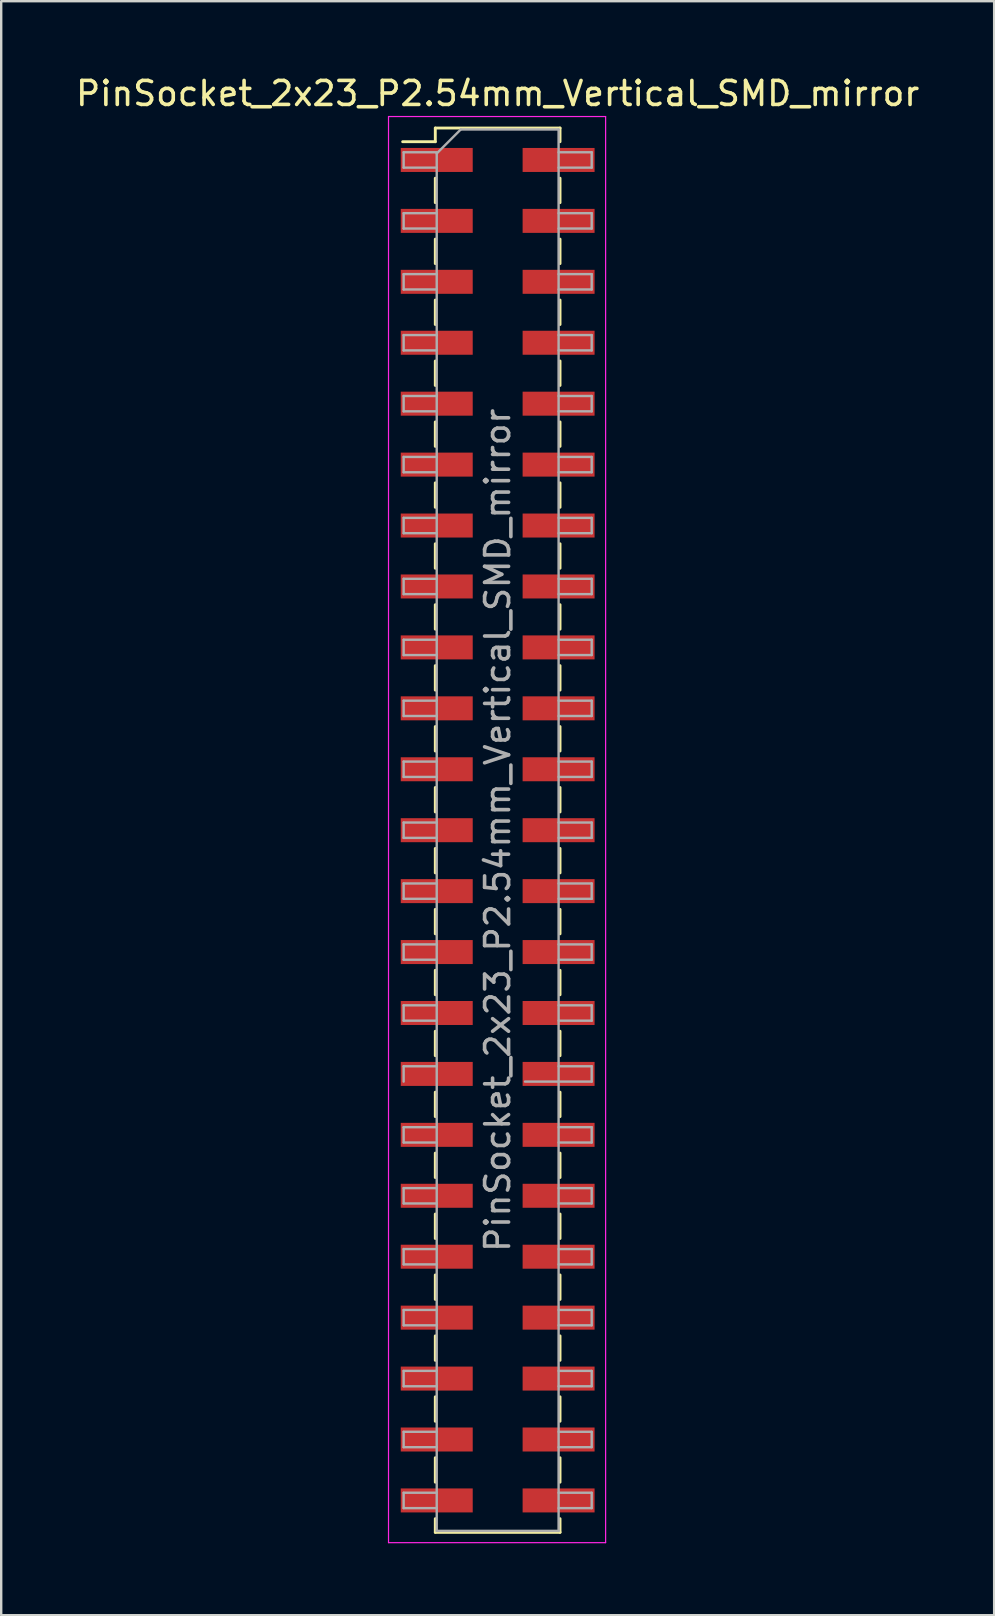
<source format=kicad_pcb>
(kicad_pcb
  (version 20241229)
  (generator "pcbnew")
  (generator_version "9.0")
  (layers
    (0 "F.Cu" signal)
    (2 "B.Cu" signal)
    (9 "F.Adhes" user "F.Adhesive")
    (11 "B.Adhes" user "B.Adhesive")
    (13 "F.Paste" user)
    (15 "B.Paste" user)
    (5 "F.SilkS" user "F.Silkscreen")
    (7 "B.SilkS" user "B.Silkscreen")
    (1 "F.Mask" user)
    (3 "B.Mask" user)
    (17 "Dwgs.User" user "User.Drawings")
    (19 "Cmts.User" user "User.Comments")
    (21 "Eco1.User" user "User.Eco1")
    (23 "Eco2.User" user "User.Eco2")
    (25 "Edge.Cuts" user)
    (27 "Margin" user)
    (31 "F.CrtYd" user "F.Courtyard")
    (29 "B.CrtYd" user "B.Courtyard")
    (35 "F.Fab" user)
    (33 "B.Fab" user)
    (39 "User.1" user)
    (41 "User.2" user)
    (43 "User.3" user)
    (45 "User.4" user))
  (footprint "PinSocket_2x23_P2.54mm_Vertical_SMD_mirror"
    (layer "F.Cu")
    (at 17.696 31.558)
    (property "Reference" "PinSocket_2x23_P2.54mm_Vertical_SMD_mirror" (at 0 -30.71 0) (layer "F.SilkS") (effects (font (size 1 1) (thickness 0.15))))
    (attr smd)
    (fp_line (start -2.6 -29.27) (end -2.6 -28.7) (stroke (width 0.12) (type solid)) (layer "F.SilkS"))
    (fp_line (start -2.6 -29.27) (end 2.6 -29.27) (stroke (width 0.12) (type solid)) (layer "F.SilkS"))
    (fp_line (start -2.6 -28.7) (end -3.96 -28.7) (stroke (width 0.12) (type solid)) (layer "F.SilkS"))
    (fp_line (start -2.6 -27.18) (end -2.6 -26.16) (stroke (width 0.12) (type solid)) (layer "F.SilkS"))
    (fp_line (start -2.6 -24.64) (end -2.6 -23.62) (stroke (width 0.12) (type solid)) (layer "F.SilkS"))
    (fp_line (start -2.6 -22.1) (end -2.6 -21.08) (stroke (width 0.12) (type solid)) (layer "F.SilkS"))
    (fp_line (start -2.6 -19.56) (end -2.6 -18.54) (stroke (width 0.12) (type solid)) (layer "F.SilkS"))
    (fp_line (start -2.6 -17.02) (end -2.6 -16) (stroke (width 0.12) (type solid)) (layer "F.SilkS"))
    (fp_line (start -2.6 -14.48) (end -2.6 -13.46) (stroke (width 0.12) (type solid)) (layer "F.SilkS"))
    (fp_line (start -2.6 -11.94) (end -2.6 -10.92) (stroke (width 0.12) (type solid)) (layer "F.SilkS"))
    (fp_line (start -2.6 -9.4) (end -2.6 -8.38) (stroke (width 0.12) (type solid)) (layer "F.SilkS"))
    (fp_line (start -2.6 -6.86) (end -2.6 -5.84) (stroke (width 0.12) (type solid)) (layer "F.SilkS"))
    (fp_line (start -2.6 -4.32) (end -2.6 -3.3) (stroke (width 0.12) (type solid)) (layer "F.SilkS"))
    (fp_line (start -2.6 -1.78) (end -2.6 -0.76) (stroke (width 0.12) (type solid)) (layer "F.SilkS"))
    (fp_line (start -2.6 0.76) (end -2.6 1.78) (stroke (width 0.12) (type solid)) (layer "F.SilkS"))
    (fp_line (start -2.6 3.3) (end -2.6 4.32) (stroke (width 0.12) (type solid)) (layer "F.SilkS"))
    (fp_line (start -2.6 5.84) (end -2.6 6.86) (stroke (width 0.12) (type solid)) (layer "F.SilkS"))
    (fp_line (start -2.6 8.38) (end -2.6 9.4) (stroke (width 0.12) (type solid)) (layer "F.SilkS"))
    (fp_line (start -2.6 10.92) (end -2.6 11.94) (stroke (width 0.12) (type solid)) (layer "F.SilkS"))
    (fp_line (start -2.6 13.46) (end -2.6 14.48) (stroke (width 0.12) (type solid)) (layer "F.SilkS"))
    (fp_line (start -2.6 16) (end -2.6 17.02) (stroke (width 0.12) (type solid)) (layer "F.SilkS"))
    (fp_line (start -2.6 18.54) (end -2.6 19.56) (stroke (width 0.12) (type solid)) (layer "F.SilkS"))
    (fp_line (start -2.6 21.08) (end -2.6 22.1) (stroke (width 0.12) (type solid)) (layer "F.SilkS"))
    (fp_line (start -2.6 23.62) (end -2.6 24.64) (stroke (width 0.12) (type solid)) (layer "F.SilkS"))
    (fp_line (start -2.6 26.16) (end -2.6 27.18) (stroke (width 0.12) (type solid)) (layer "F.SilkS"))
    (fp_line (start -2.6 28.7) (end -2.6 29.27) (stroke (width 0.12) (type solid)) (layer "F.SilkS"))
    (fp_line (start -2.6 29.27) (end 2.6 29.27) (stroke (width 0.12) (type solid)) (layer "F.SilkS"))
    (fp_line (start 2.6 -29.27) (end 2.6 -28.7) (stroke (width 0.12) (type solid)) (layer "F.SilkS"))
    (fp_line (start 2.6 -27.18) (end 2.6 -26.16) (stroke (width 0.12) (type solid)) (layer "F.SilkS"))
    (fp_line (start 2.6 -24.64) (end 2.6 -23.62) (stroke (width 0.12) (type solid)) (layer "F.SilkS"))
    (fp_line (start 2.6 -22.1) (end 2.6 -21.08) (stroke (width 0.12) (type solid)) (layer "F.SilkS"))
    (fp_line (start 2.6 -19.56) (end 2.6 -18.54) (stroke (width 0.12) (type solid)) (layer "F.SilkS"))
    (fp_line (start 2.6 -17.02) (end 2.6 -16) (stroke (width 0.12) (type solid)) (layer "F.SilkS"))
    (fp_line (start 2.6 -14.48) (end 2.6 -13.46) (stroke (width 0.12) (type solid)) (layer "F.SilkS"))
    (fp_line (start 2.6 -11.94) (end 2.6 -10.92) (stroke (width 0.12) (type solid)) (layer "F.SilkS"))
    (fp_line (start 2.6 -9.4) (end 2.6 -8.38) (stroke (width 0.12) (type solid)) (layer "F.SilkS"))
    (fp_line (start 2.6 -6.86) (end 2.6 -5.84) (stroke (width 0.12) (type solid)) (layer "F.SilkS"))
    (fp_line (start 2.6 -4.32) (end 2.6 -3.3) (stroke (width 0.12) (type solid)) (layer "F.SilkS"))
    (fp_line (start 2.6 -1.78) (end 2.6 -0.76) (stroke (width 0.12) (type solid)) (layer "F.SilkS"))
    (fp_line (start 2.6 0.76) (end 2.6 1.78) (stroke (width 0.12) (type solid)) (layer "F.SilkS"))
    (fp_line (start 2.6 3.3) (end 2.6 4.32) (stroke (width 0.12) (type solid)) (layer "F.SilkS"))
    (fp_line (start 2.6 5.84) (end 2.6 6.86) (stroke (width 0.12) (type solid)) (layer "F.SilkS"))
    (fp_line (start 2.6 8.38) (end 2.6 9.4) (stroke (width 0.12) (type solid)) (layer "F.SilkS"))
    (fp_line (start 2.6 10.92) (end 2.6 11.94) (stroke (width 0.12) (type solid)) (layer "F.SilkS"))
    (fp_line (start 2.6 13.46) (end 2.6 14.48) (stroke (width 0.12) (type solid)) (layer "F.SilkS"))
    (fp_line (start 2.6 16) (end 2.6 17.02) (stroke (width 0.12) (type solid)) (layer "F.SilkS"))
    (fp_line (start 2.6 18.54) (end 2.6 19.56) (stroke (width 0.12) (type solid)) (layer "F.SilkS"))
    (fp_line (start 2.6 21.08) (end 2.6 22.1) (stroke (width 0.12) (type solid)) (layer "F.SilkS"))
    (fp_line (start 2.6 23.62) (end 2.6 24.64) (stroke (width 0.12) (type solid)) (layer "F.SilkS"))
    (fp_line (start 2.6 26.16) (end 2.6 27.18) (stroke (width 0.12) (type solid)) (layer "F.SilkS"))
    (fp_line (start 2.6 28.7) (end 2.6 29.27) (stroke (width 0.12) (type solid)) (layer "F.SilkS"))
    (fp_line (start -4.55 -29.75) (end 4.5 -29.75) (stroke (width 0.05) (type solid)) (layer "F.CrtYd"))
    (fp_line (start -4.55 29.7) (end -4.55 -29.75) (stroke (width 0.05) (type solid)) (layer "F.CrtYd"))
    (fp_line (start 4.5 -29.75) (end 4.5 29.7) (stroke (width 0.05) (type solid)) (layer "F.CrtYd"))
    (fp_line (start 4.5 29.7) (end -4.55 29.7) (stroke (width 0.05) (type solid)) (layer "F.CrtYd"))
    (fp_line (start -3.92 -28.26) (end -2.54 -28.26) (stroke (width 0.1) (type solid)) (layer "F.Fab"))
    (fp_line (start -3.92 -27.62) (end -3.92 -28.26) (stroke (width 0.1) (type solid)) (layer "F.Fab"))
    (fp_line (start -3.92 -25.72) (end -2.54 -25.72) (stroke (width 0.1) (type solid)) (layer "F.Fab"))
    (fp_line (start -3.92 -25.08) (end -3.92 -25.72) (stroke (width 0.1) (type solid)) (layer "F.Fab"))
    (fp_line (start -3.92 -23.18) (end -2.54 -23.18) (stroke (width 0.1) (type solid)) (layer "F.Fab"))
    (fp_line (start -3.92 -22.54) (end -3.92 -23.18) (stroke (width 0.1) (type solid)) (layer "F.Fab"))
    (fp_line (start -3.92 -20.64) (end -2.54 -20.64) (stroke (width 0.1) (type solid)) (layer "F.Fab"))
    (fp_line (start -3.92 -20) (end -3.92 -20.64) (stroke (width 0.1) (type solid)) (layer "F.Fab"))
    (fp_line (start -3.92 -18.1) (end -2.54 -18.1) (stroke (width 0.1) (type solid)) (layer "F.Fab"))
    (fp_line (start -3.92 -17.46) (end -3.92 -18.1) (stroke (width 0.1) (type solid)) (layer "F.Fab"))
    (fp_line (start -3.92 -15.56) (end -2.54 -15.56) (stroke (width 0.1) (type solid)) (layer "F.Fab"))
    (fp_line (start -3.92 -14.92) (end -3.92 -15.56) (stroke (width 0.1) (type solid)) (layer "F.Fab"))
    (fp_line (start -3.92 -13.02) (end -2.54 -13.02) (stroke (width 0.1) (type solid)) (layer "F.Fab"))
    (fp_line (start -3.92 -12.38) (end -3.92 -13.02) (stroke (width 0.1) (type solid)) (layer "F.Fab"))
    (fp_line (start -3.92 -10.48) (end -2.54 -10.48) (stroke (width 0.1) (type solid)) (layer "F.Fab"))
    (fp_line (start -3.92 -9.84) (end -3.92 -10.48) (stroke (width 0.1) (type solid)) (layer "F.Fab"))
    (fp_line (start -3.92 -7.94) (end -2.54 -7.94) (stroke (width 0.1) (type solid)) (layer "F.Fab"))
    (fp_line (start -3.92 -7.3) (end -3.92 -7.94) (stroke (width 0.1) (type solid)) (layer "F.Fab"))
    (fp_line (start -3.92 -5.4) (end -2.54 -5.4) (stroke (width 0.1) (type solid)) (layer "F.Fab"))
    (fp_line (start -3.92 -4.76) (end -3.92 -5.4) (stroke (width 0.1) (type solid)) (layer "F.Fab"))
    (fp_line (start -3.92 -2.86) (end -2.54 -2.86) (stroke (width 0.1) (type solid)) (layer "F.Fab"))
    (fp_line (start -3.92 -2.22) (end -3.92 -2.86) (stroke (width 0.1) (type solid)) (layer "F.Fab"))
    (fp_line (start -3.92 -0.32) (end -2.54 -0.32) (stroke (width 0.1) (type solid)) (layer "F.Fab"))
    (fp_line (start -3.92 0.32) (end -3.92 -0.32) (stroke (width 0.1) (type solid)) (layer "F.Fab"))
    (fp_line (start -3.92 2.22) (end -2.54 2.22) (stroke (width 0.1) (type solid)) (layer "F.Fab"))
    (fp_line (start -3.92 2.86) (end -3.92 2.22) (stroke (width 0.1) (type solid)) (layer "F.Fab"))
    (fp_line (start -3.92 4.76) (end -2.54 4.76) (stroke (width 0.1) (type solid)) (layer "F.Fab"))
    (fp_line (start -3.92 5.4) (end -3.92 4.76) (stroke (width 0.1) (type solid)) (layer "F.Fab"))
    (fp_line (start -3.92 7.3) (end -2.54 7.3) (stroke (width 0.1) (type solid)) (layer "F.Fab"))
    (fp_line (start -3.92 7.94) (end -3.92 7.3) (stroke (width 0.1) (type solid)) (layer "F.Fab"))
    (fp_line (start -3.92 9.84) (end -2.54 9.84) (stroke (width 0.1) (type solid)) (layer "F.Fab"))
    (fp_line (start -3.92 10.48) (end -3.92 9.84) (stroke (width 0.1) (type solid)) (layer "F.Fab"))
    (fp_line (start -3.92 12.38) (end -2.54 12.38) (stroke (width 0.1) (type solid)) (layer "F.Fab"))
    (fp_line (start -3.92 13.02) (end -3.92 12.38) (stroke (width 0.1) (type solid)) (layer "F.Fab"))
    (fp_line (start -3.92 14.92) (end -2.54 14.92) (stroke (width 0.1) (type solid)) (layer "F.Fab"))
    (fp_line (start -3.92 15.56) (end -3.92 14.92) (stroke (width 0.1) (type solid)) (layer "F.Fab"))
    (fp_line (start -3.92 17.46) (end -2.54 17.46) (stroke (width 0.1) (type solid)) (layer "F.Fab"))
    (fp_line (start -3.92 18.1) (end -3.92 17.46) (stroke (width 0.1) (type solid)) (layer "F.Fab"))
    (fp_line (start -3.92 20) (end -2.54 20) (stroke (width 0.1) (type solid)) (layer "F.Fab"))
    (fp_line (start -3.92 20.64) (end -3.92 20) (stroke (width 0.1) (type solid)) (layer "F.Fab"))
    (fp_line (start -3.92 22.54) (end -2.54 22.54) (stroke (width 0.1) (type solid)) (layer "F.Fab"))
    (fp_line (start -3.92 23.18) (end -3.92 22.54) (stroke (width 0.1) (type solid)) (layer "F.Fab"))
    (fp_line (start -3.92 25.08) (end -2.54 25.08) (stroke (width 0.1) (type solid)) (layer "F.Fab"))
    (fp_line (start -3.92 25.72) (end -3.92 25.08) (stroke (width 0.1) (type solid)) (layer "F.Fab"))
    (fp_line (start -3.92 27.62) (end -2.54 27.62) (stroke (width 0.1) (type solid)) (layer "F.Fab"))
    (fp_line (start -3.92 28.26) (end -3.92 27.62) (stroke (width 0.1) (type solid)) (layer "F.Fab"))
    (fp_line (start -2.54 -27.62) (end -3.92 -27.62) (stroke (width 0.1) (type solid)) (layer "F.Fab"))
    (fp_line (start -2.54 -25.08) (end -3.92 -25.08) (stroke (width 0.1) (type solid)) (layer "F.Fab"))
    (fp_line (start -2.54 -22.54) (end -3.92 -22.54) (stroke (width 0.1) (type solid)) (layer "F.Fab"))
    (fp_line (start -2.54 -20) (end -3.92 -20) (stroke (width 0.1) (type solid)) (layer "F.Fab"))
    (fp_line (start -2.54 -17.46) (end -3.92 -17.46) (stroke (width 0.1) (type solid)) (layer "F.Fab"))
    (fp_line (start -2.54 -14.92) (end -3.92 -14.92) (stroke (width 0.1) (type solid)) (layer "F.Fab"))
    (fp_line (start -2.54 -12.38) (end -3.92 -12.38) (stroke (width 0.1) (type solid)) (layer "F.Fab"))
    (fp_line (start -2.54 -9.84) (end -3.92 -9.84) (stroke (width 0.1) (type solid)) (layer "F.Fab"))
    (fp_line (start -2.54 -7.3) (end -3.92 -7.3) (stroke (width 0.1) (type solid)) (layer "F.Fab"))
    (fp_line (start -2.54 -4.76) (end -3.92 -4.76) (stroke (width 0.1) (type solid)) (layer "F.Fab"))
    (fp_line (start -2.54 -2.22) (end -3.92 -2.22) (stroke (width 0.1) (type solid)) (layer "F.Fab"))
    (fp_line (start -2.54 0.32) (end -3.92 0.32) (stroke (width 0.1) (type solid)) (layer "F.Fab"))
    (fp_line (start -2.54 2.86) (end -3.92 2.86) (stroke (width 0.1) (type solid)) (layer "F.Fab"))
    (fp_line (start -2.54 5.4) (end -3.92 5.4) (stroke (width 0.1) (type solid)) (layer "F.Fab"))
    (fp_line (start -2.54 7.94) (end -3.92 7.94) (stroke (width 0.1) (type solid)) (layer "F.Fab"))
    (fp_line (start -2.54 13.02) (end -3.92 13.02) (stroke (width 0.1) (type solid)) (layer "F.Fab"))
    (fp_line (start -2.54 15.56) (end -3.92 15.56) (stroke (width 0.1) (type solid)) (layer "F.Fab"))
    (fp_line (start -2.54 18.1) (end -3.92 18.1) (stroke (width 0.1) (type solid)) (layer "F.Fab"))
    (fp_line (start -2.54 20.64) (end -3.92 20.64) (stroke (width 0.1) (type solid)) (layer "F.Fab"))
    (fp_line (start -2.54 23.18) (end -3.92 23.18) (stroke (width 0.1) (type solid)) (layer "F.Fab"))
    (fp_line (start -2.54 25.72) (end -3.92 25.72) (stroke (width 0.1) (type solid)) (layer "F.Fab"))
    (fp_line (start -2.54 28.26) (end -3.92 28.26) (stroke (width 0.1) (type solid)) (layer "F.Fab"))
    (fp_line (start -2.54 29.21) (end -2.54 -28.21) (stroke (width 0.1) (type solid)) (layer "F.Fab"))
    (fp_line (start -1.54 -29.21) (end -2.54 -28.21) (stroke (width 0.1) (type solid)) (layer "F.Fab"))
    (fp_line (start -1.54 -29.21) (end 2.54 -29.21) (stroke (width 0.1) (type solid)) (layer "F.Fab"))
    (fp_line (start 2.52 10.48) (end 1.14 10.48) (stroke (width 0.1) (type solid)) (layer "F.Fab"))
    (fp_line (start 2.54 -29.21) (end 2.54 29.21) (stroke (width 0.1) (type solid)) (layer "F.Fab"))
    (fp_line (start 2.54 -28.26) (end 3.92 -28.26) (stroke (width 0.1) (type solid)) (layer "F.Fab"))
    (fp_line (start 2.54 -25.72) (end 3.92 -25.72) (stroke (width 0.1) (type solid)) (layer "F.Fab"))
    (fp_line (start 2.54 -23.18) (end 3.92 -23.18) (stroke (width 0.1) (type solid)) (layer "F.Fab"))
    (fp_line (start 2.54 -20.64) (end 3.92 -20.64) (stroke (width 0.1) (type solid)) (layer "F.Fab"))
    (fp_line (start 2.54 -18.1) (end 3.92 -18.1) (stroke (width 0.1) (type solid)) (layer "F.Fab"))
    (fp_line (start 2.54 -15.56) (end 3.92 -15.56) (stroke (width 0.1) (type solid)) (layer "F.Fab"))
    (fp_line (start 2.54 -13.02) (end 3.92 -13.02) (stroke (width 0.1) (type solid)) (layer "F.Fab"))
    (fp_line (start 2.54 -10.48) (end 3.92 -10.48) (stroke (width 0.1) (type solid)) (layer "F.Fab"))
    (fp_line (start 2.54 -7.94) (end 3.92 -7.94) (stroke (width 0.1) (type solid)) (layer "F.Fab"))
    (fp_line (start 2.54 -5.4) (end 3.92 -5.4) (stroke (width 0.1) (type solid)) (layer "F.Fab"))
    (fp_line (start 2.54 -2.86) (end 3.92 -2.86) (stroke (width 0.1) (type solid)) (layer "F.Fab"))
    (fp_line (start 2.54 -0.32) (end 3.92 -0.32) (stroke (width 0.1) (type solid)) (layer "F.Fab"))
    (fp_line (start 2.54 2.22) (end 3.92 2.22) (stroke (width 0.1) (type solid)) (layer "F.Fab"))
    (fp_line (start 2.54 4.76) (end 3.92 4.76) (stroke (width 0.1) (type solid)) (layer "F.Fab"))
    (fp_line (start 2.54 7.3) (end 3.92 7.3) (stroke (width 0.1) (type solid)) (layer "F.Fab"))
    (fp_line (start 2.54 9.84) (end 3.92 9.84) (stroke (width 0.1) (type solid)) (layer "F.Fab"))
    (fp_line (start 2.54 12.38) (end 3.92 12.38) (stroke (width 0.1) (type solid)) (layer "F.Fab"))
    (fp_line (start 2.54 14.92) (end 3.92 14.92) (stroke (width 0.1) (type solid)) (layer "F.Fab"))
    (fp_line (start 2.54 17.46) (end 3.92 17.46) (stroke (width 0.1) (type solid)) (layer "F.Fab"))
    (fp_line (start 2.54 20) (end 3.92 20) (stroke (width 0.1) (type solid)) (layer "F.Fab"))
    (fp_line (start 2.54 22.54) (end 3.92 22.54) (stroke (width 0.1) (type solid)) (layer "F.Fab"))
    (fp_line (start 2.54 25.08) (end 3.92 25.08) (stroke (width 0.1) (type solid)) (layer "F.Fab"))
    (fp_line (start 2.54 27.62) (end 3.92 27.62) (stroke (width 0.1) (type solid)) (layer "F.Fab"))
    (fp_line (start 2.54 29.21) (end -2.54 29.21) (stroke (width 0.1) (type solid)) (layer "F.Fab"))
    (fp_line (start 3.92 -28.26) (end 3.92 -27.62) (stroke (width 0.1) (type solid)) (layer "F.Fab"))
    (fp_line (start 3.92 -27.62) (end 2.54 -27.62) (stroke (width 0.1) (type solid)) (layer "F.Fab"))
    (fp_line (start 3.92 -25.72) (end 3.92 -25.08) (stroke (width 0.1) (type solid)) (layer "F.Fab"))
    (fp_line (start 3.92 -25.08) (end 2.54 -25.08) (stroke (width 0.1) (type solid)) (layer "F.Fab"))
    (fp_line (start 3.92 -23.18) (end 3.92 -22.54) (stroke (width 0.1) (type solid)) (layer "F.Fab"))
    (fp_line (start 3.92 -22.54) (end 2.54 -22.54) (stroke (width 0.1) (type solid)) (layer "F.Fab"))
    (fp_line (start 3.92 -20.64) (end 3.92 -20) (stroke (width 0.1) (type solid)) (layer "F.Fab"))
    (fp_line (start 3.92 -20) (end 2.54 -20) (stroke (width 0.1) (type solid)) (layer "F.Fab"))
    (fp_line (start 3.92 -18.1) (end 3.92 -17.46) (stroke (width 0.1) (type solid)) (layer "F.Fab"))
    (fp_line (start 3.92 -17.46) (end 2.54 -17.46) (stroke (width 0.1) (type solid)) (layer "F.Fab"))
    (fp_line (start 3.92 -15.56) (end 3.92 -14.92) (stroke (width 0.1) (type solid)) (layer "F.Fab"))
    (fp_line (start 3.92 -14.92) (end 2.54 -14.92) (stroke (width 0.1) (type solid)) (layer "F.Fab"))
    (fp_line (start 3.92 -13.02) (end 3.92 -12.38) (stroke (width 0.1) (type solid)) (layer "F.Fab"))
    (fp_line (start 3.92 -12.38) (end 2.54 -12.38) (stroke (width 0.1) (type solid)) (layer "F.Fab"))
    (fp_line (start 3.92 -10.48) (end 3.92 -9.84) (stroke (width 0.1) (type solid)) (layer "F.Fab"))
    (fp_line (start 3.92 -9.84) (end 2.54 -9.84) (stroke (width 0.1) (type solid)) (layer "F.Fab"))
    (fp_line (start 3.92 -7.94) (end 3.92 -7.3) (stroke (width 0.1) (type solid)) (layer "F.Fab"))
    (fp_line (start 3.92 -7.3) (end 2.54 -7.3) (stroke (width 0.1) (type solid)) (layer "F.Fab"))
    (fp_line (start 3.92 -5.4) (end 3.92 -4.76) (stroke (width 0.1) (type solid)) (layer "F.Fab"))
    (fp_line (start 3.92 -4.76) (end 2.54 -4.76) (stroke (width 0.1) (type solid)) (layer "F.Fab"))
    (fp_line (start 3.92 -2.86) (end 3.92 -2.22) (stroke (width 0.1) (type solid)) (layer "F.Fab"))
    (fp_line (start 3.92 -2.22) (end 2.54 -2.22) (stroke (width 0.1) (type solid)) (layer "F.Fab"))
    (fp_line (start 3.92 -0.32) (end 3.92 0.32) (stroke (width 0.1) (type solid)) (layer "F.Fab"))
    (fp_line (start 3.92 0.32) (end 2.54 0.32) (stroke (width 0.1) (type solid)) (layer "F.Fab"))
    (fp_line (start 3.92 2.22) (end 3.92 2.86) (stroke (width 0.1) (type solid)) (layer "F.Fab"))
    (fp_line (start 3.92 2.86) (end 2.54 2.86) (stroke (width 0.1) (type solid)) (layer "F.Fab"))
    (fp_line (start 3.92 4.76) (end 3.92 5.4) (stroke (width 0.1) (type solid)) (layer "F.Fab"))
    (fp_line (start 3.92 5.4) (end 2.54 5.4) (stroke (width 0.1) (type solid)) (layer "F.Fab"))
    (fp_line (start 3.92 7.3) (end 3.92 7.94) (stroke (width 0.1) (type solid)) (layer "F.Fab"))
    (fp_line (start 3.92 7.94) (end 2.54 7.94) (stroke (width 0.1) (type solid)) (layer "F.Fab"))
    (fp_line (start 3.92 9.84) (end 3.92 10.48) (stroke (width 0.1) (type solid)) (layer "F.Fab"))
    (fp_line (start 3.92 10.48) (end 2.54 10.48) (stroke (width 0.1) (type solid)) (layer "F.Fab"))
    (fp_line (start 3.92 12.38) (end 3.92 13.02) (stroke (width 0.1) (type solid)) (layer "F.Fab"))
    (fp_line (start 3.92 13.02) (end 2.54 13.02) (stroke (width 0.1) (type solid)) (layer "F.Fab"))
    (fp_line (start 3.92 14.92) (end 3.92 15.56) (stroke (width 0.1) (type solid)) (layer "F.Fab"))
    (fp_line (start 3.92 15.56) (end 2.54 15.56) (stroke (width 0.1) (type solid)) (layer "F.Fab"))
    (fp_line (start 3.92 17.46) (end 3.92 18.1) (stroke (width 0.1) (type solid)) (layer "F.Fab"))
    (fp_line (start 3.92 18.1) (end 2.54 18.1) (stroke (width 0.1) (type solid)) (layer "F.Fab"))
    (fp_line (start 3.92 20) (end 3.92 20.64) (stroke (width 0.1) (type solid)) (layer "F.Fab"))
    (fp_line (start 3.92 20.64) (end 2.54 20.64) (stroke (width 0.1) (type solid)) (layer "F.Fab"))
    (fp_line (start 3.92 22.54) (end 3.92 23.18) (stroke (width 0.1) (type solid)) (layer "F.Fab"))
    (fp_line (start 3.92 23.18) (end 2.54 23.18) (stroke (width 0.1) (type solid)) (layer "F.Fab"))
    (fp_line (start 3.92 25.08) (end 3.92 25.72) (stroke (width 0.1) (type solid)) (layer "F.Fab"))
    (fp_line (start 3.92 25.72) (end 2.54 25.72) (stroke (width 0.1) (type solid)) (layer "F.Fab"))
    (fp_line (start 3.92 27.62) (end 3.92 28.26) (stroke (width 0.1) (type solid)) (layer "F.Fab"))
    (fp_line (start 3.92 28.26) (end 2.54 28.26) (stroke (width 0.1) (type solid)) (layer "F.Fab"))
    (fp_text user "${REFERENCE}" (at 0 0 90) (layer "F.Fab") (effects (font (size 1 1) (thickness 0.15))))
    (pad "1" smd rect (at -2.54 -27.94) (size 3 1) (layers "F.Cu" "F.Mask" "F.Paste"))
    (pad "2" smd rect (at 2.54 -27.94) (size 3 1) (layers "F.Cu" "F.Mask" "F.Paste"))
    (pad "3" smd rect (at -2.54 -25.4) (size 3 1) (layers "F.Cu" "F.Mask" "F.Paste"))
    (pad "4" smd rect (at 2.54 -25.4) (size 3 1) (layers "F.Cu" "F.Mask" "F.Paste"))
    (pad "5" smd rect (at -2.54 -22.86) (size 3 1) (layers "F.Cu" "F.Mask" "F.Paste"))
    (pad "6" smd rect (at 2.54 -22.86) (size 3 1) (layers "F.Cu" "F.Mask" "F.Paste"))
    (pad "7" smd rect (at -2.54 -20.32) (size 3 1) (layers "F.Cu" "F.Mask" "F.Paste"))
    (pad "8" smd rect (at 2.54 -20.32) (size 3 1) (layers "F.Cu" "F.Mask" "F.Paste"))
    (pad "9" smd rect (at -2.54 -17.78) (size 3 1) (layers "F.Cu" "F.Mask" "F.Paste"))
    (pad "10" smd rect (at 2.54 -17.78) (size 3 1) (layers "F.Cu" "F.Mask" "F.Paste"))
    (pad "11" smd rect (at -2.54 -15.24) (size 3 1) (layers "F.Cu" "F.Mask" "F.Paste"))
    (pad "12" smd rect (at 2.54 -15.24) (size 3 1) (layers "F.Cu" "F.Mask" "F.Paste"))
    (pad "13" smd rect (at -2.54 -12.7) (size 3 1) (layers "F.Cu" "F.Mask" "F.Paste"))
    (pad "14" smd rect (at 2.54 -12.7) (size 3 1) (layers "F.Cu" "F.Mask" "F.Paste"))
    (pad "15" smd rect (at -2.54 -10.16) (size 3 1) (layers "F.Cu" "F.Mask" "F.Paste"))
    (pad "16" smd rect (at 2.54 -10.16) (size 3 1) (layers "F.Cu" "F.Mask" "F.Paste"))
    (pad "17" smd rect (at -2.54 -7.62) (size 3 1) (layers "F.Cu" "F.Mask" "F.Paste"))
    (pad "18" smd rect (at 2.54 -7.62) (size 3 1) (layers "F.Cu" "F.Mask" "F.Paste"))
    (pad "19" smd rect (at -2.54 -5.08) (size 3 1) (layers "F.Cu" "F.Mask" "F.Paste"))
    (pad "20" smd rect (at 2.54 -5.08) (size 3 1) (layers "F.Cu" "F.Mask" "F.Paste"))
    (pad "21" smd rect (at -2.54 -2.54) (size 3 1) (layers "F.Cu" "F.Mask" "F.Paste"))
    (pad "22" smd rect (at 2.54 -2.54) (size 3 1) (layers "F.Cu" "F.Mask" "F.Paste"))
    (pad "23" smd rect (at -2.54 0) (size 3 1) (layers "F.Cu" "F.Mask" "F.Paste"))
    (pad "24" smd rect (at 2.54 0) (size 3 1) (layers "F.Cu" "F.Mask" "F.Paste"))
    (pad "25" smd rect (at -2.54 2.54) (size 3 1) (layers "F.Cu" "F.Mask" "F.Paste"))
    (pad "26" smd rect (at 2.54 2.54) (size 3 1) (layers "F.Cu" "F.Mask" "F.Paste"))
    (pad "27" smd rect (at -2.54 5.08) (size 3 1) (layers "F.Cu" "F.Mask" "F.Paste"))
    (pad "28" smd rect (at 2.54 5.08) (size 3 1) (layers "F.Cu" "F.Mask" "F.Paste"))
    (pad "29" smd rect (at -2.54 7.62) (size 3 1) (layers "F.Cu" "F.Mask" "F.Paste"))
    (pad "30" smd rect (at 2.54 7.62) (size 3 1) (layers "F.Cu" "F.Mask" "F.Paste"))
    (pad "31" smd rect (at -2.54 10.16) (size 3 1) (layers "F.Cu" "F.Mask" "F.Paste"))
    (pad "32" smd rect (at 2.54 10.16) (size 3 1) (layers "F.Cu" "F.Mask" "F.Paste"))
    (pad "33" smd rect (at -2.54 12.7) (size 3 1) (layers "F.Cu" "F.Mask" "F.Paste"))
    (pad "34" smd rect (at 2.54 12.7) (size 3 1) (layers "F.Cu" "F.Mask" "F.Paste"))
    (pad "35" smd rect (at -2.54 15.24) (size 3 1) (layers "F.Cu" "F.Mask" "F.Paste"))
    (pad "36" smd rect (at 2.54 15.24) (size 3 1) (layers "F.Cu" "F.Mask" "F.Paste"))
    (pad "37" smd rect (at -2.54 17.78) (size 3 1) (layers "F.Cu" "F.Mask" "F.Paste"))
    (pad "38" smd rect (at 2.54 17.78) (size 3 1) (layers "F.Cu" "F.Mask" "F.Paste"))
    (pad "39" smd rect (at -2.54 20.32) (size 3 1) (layers "F.Cu" "F.Mask" "F.Paste"))
    (pad "40" smd rect (at 2.54 20.32) (size 3 1) (layers "F.Cu" "F.Mask" "F.Paste"))
    (pad "41" smd rect (at -2.54 22.86) (size 3 1) (layers "F.Cu" "F.Mask" "F.Paste"))
    (pad "42" smd rect (at 2.54 22.86) (size 3 1) (layers "F.Cu" "F.Mask" "F.Paste"))
    (pad "43" smd rect (at -2.54 25.4) (size 3 1) (layers "F.Cu" "F.Mask" "F.Paste"))
    (pad "44" smd rect (at 2.54 25.4) (size 3 1) (layers "F.Cu" "F.Mask" "F.Paste"))
    (pad "45" smd rect (at -2.54 27.94) (size 3 1) (layers "F.Cu" "F.Mask" "F.Paste"))
    (pad "46" smd rect (at 2.54 27.94) (size 3 1) (layers "F.Cu" "F.Mask" "F.Paste")))
  (gr_rect
    (start -3 -3)
    (end 38.393 64.283)
    (stroke (width 0.1) (type default))
    (fill no)
    (layer "Edge.Cuts")))
</source>
